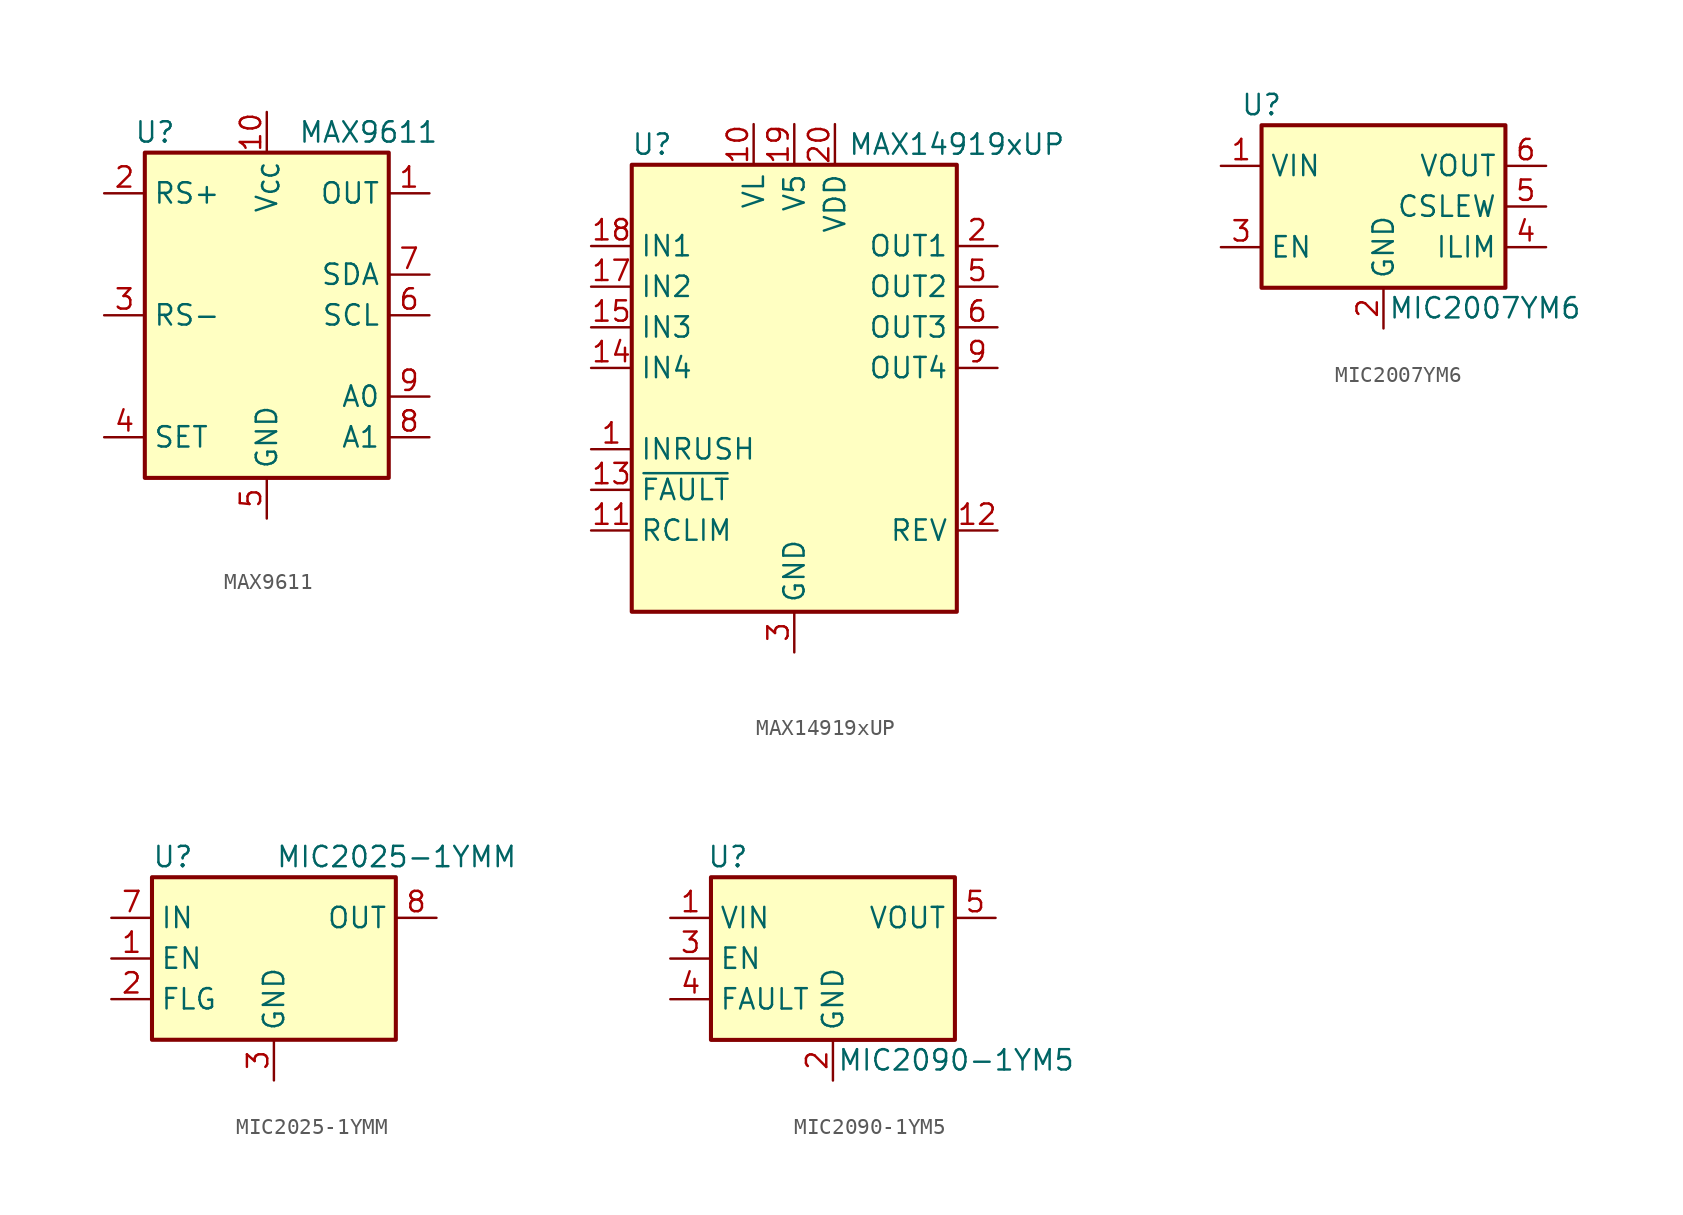
<source format=kicad_sym>
(kicad_symbol_lib
  (version 20241209)
  (generator "kicad_symbol_editor")
  (generator_version "9.0")
  (symbol "MAX9611"
    (property "Reference" "U"
      (at -6.985 11.43 0)
      (effects (font (size 1.27 1.27))))
    (property "Value" "MAX9611"
      (at 6.35 11.43 0)
      (effects (font (size 1.27 1.27))))
    (symbol "MAX9611_1_1"
      (rectangle (start -7.62 10.16) (end 7.62 -10.16) (stroke (width 0.254) (type default)) (fill (type background)))
      (pin input line (at -10.16 7.62 0) (length 2.54) (name "RS+" (effects (font (size 1.27 1.27)))) (number "2" (effects (font (size 1.27 1.27)))))
      (pin input line (at -10.16 0 0) (length 2.54) (name "RS-" (effects (font (size 1.27 1.27)))) (number "3" (effects (font (size 1.27 1.27)))))
      (pin input line (at -10.16 -7.62 0) (length 2.54) (name "SET" (effects (font (size 1.27 1.27)))) (number "4" (effects (font (size 1.27 1.27)))))
      (pin power_in line (at 0 12.7 270) (length 2.54) (name "V_{CC}" (effects (font (size 1.27 1.27)))) (number "10" (effects (font (size 1.27 1.27)))))
      (pin power_in line (at 0 -12.7 90) (length 2.54) (name "GND" (effects (font (size 1.27 1.27)))) (number "5" (effects (font (size 1.27 1.27)))))
      (pin output line (at 10.16 7.62 180) (length 2.54) (name "OUT" (effects (font (size 1.27 1.27)))) (number "1" (effects (font (size 1.27 1.27)))))
      (pin bidirectional line (at 10.16 2.54 180) (length 2.54) (name "SDA" (effects (font (size 1.27 1.27)))) (number "7" (effects (font (size 1.27 1.27)))))
      (pin input line (at 10.16 0 180) (length 2.54) (name "SCL" (effects (font (size 1.27 1.27)))) (number "6" (effects (font (size 1.27 1.27)))))
      (pin input line (at 10.16 -5.08 180) (length 2.54) (name "A0" (effects (font (size 1.27 1.27)))) (number "9" (effects (font (size 1.27 1.27)))))
      (pin input line (at 10.16 -7.62 180) (length 2.54) (name "A1" (effects (font (size 1.27 1.27)))) (number "8" (effects (font (size 1.27 1.27)))))))
  (symbol "MAX14919xUP"
    (property "Reference" "U"
      (at -8.89 13.97 0)
      (effects (font (size 1.27 1.27))))
    (property "Value" "MAX14919xUP"
      (at 10.16 13.97 0)
      (effects (font (size 1.27 1.27))))
    (symbol "MAX14919xUP_0_1"
      (rectangle (start -10.16 12.7) (end 10.16 -15.24) (stroke (width 0.254) (type default)) (fill (type background))))
    (symbol "MAX14919xUP_1_1"
      (pin input line (at -12.7 7.62 0) (length 2.54) (name "IN1" (effects (font (size 1.27 1.27)))) (number "18" (effects (font (size 1.27 1.27)))))
      (pin input line (at -12.7 5.08 0) (length 2.54) (name "IN2" (effects (font (size 1.27 1.27)))) (number "17" (effects (font (size 1.27 1.27)))))
      (pin input line (at -12.7 2.54 0) (length 2.54) (name "IN3" (effects (font (size 1.27 1.27)))) (number "15" (effects (font (size 1.27 1.27)))))
      (pin input line (at -12.7 0 0) (length 2.54) (name "IN4" (effects (font (size 1.27 1.27)))) (number "14" (effects (font (size 1.27 1.27)))))
      (pin input line (at -12.7 -5.08 0) (length 2.54) (name "INRUSH" (effects (font (size 1.27 1.27)))) (number "1" (effects (font (size 1.27 1.27)))))
      (pin open_collector line (at -12.7 -7.62 0) (length 2.54) (name "~{FAULT}" (effects (font (size 1.27 1.27)))) (number "13" (effects (font (size 1.27 1.27)))))
      (pin passive line (at -12.7 -10.16 0) (length 2.54) (name "RCLIM" (effects (font (size 1.27 1.27)))) (number "11" (effects (font (size 1.27 1.27)))))
      (pin power_in line (at -2.54 15.24 270) (length 2.54) (name "VL" (effects (font (size 1.27 1.27)))) (number "10" (effects (font (size 1.27 1.27)))))
      (pin power_out line (at 0 15.24 270) (length 2.54) (name "V5" (effects (font (size 1.27 1.27)))) (number "19" (effects (font (size 1.27 1.27)))))
      (pin passive line (at 0 -17.78 90) (length 2.54) (hide yes) (name "GND" (effects (font (size 1.27 1.27)))) (number "16" (effects (font (size 1.27 1.27)))))
      (pin passive line (at 0 -17.78 90) (length 2.54) (hide yes) (name "GND" (effects (font (size 1.27 1.27)))) (number "21" (effects (font (size 1.27 1.27)))))
      (pin power_in line (at 0 -17.78 90) (length 2.54) (name "GND" (effects (font (size 1.27 1.27)))) (number "3" (effects (font (size 1.27 1.27)))))
      (pin passive line (at 0 -17.78 90) (length 2.54) (hide yes) (name "GND" (effects (font (size 1.27 1.27)))) (number "4" (effects (font (size 1.27 1.27)))))
      (pin passive line (at 0 -17.78 90) (length 2.54) (hide yes) (name "GND" (effects (font (size 1.27 1.27)))) (number "7" (effects (font (size 1.27 1.27)))))
      (pin passive line (at 0 -17.78 90) (length 2.54) (hide yes) (name "GND" (effects (font (size 1.27 1.27)))) (number "8" (effects (font (size 1.27 1.27)))))
      (pin power_in line (at 2.54 15.24 270) (length 2.54) (name "VDD" (effects (font (size 1.27 1.27)))) (number "20" (effects (font (size 1.27 1.27)))))
      (pin open_collector line (at 12.7 7.62 180) (length 2.54) (name "OUT1" (effects (font (size 1.27 1.27)))) (number "2" (effects (font (size 1.27 1.27)))))
      (pin open_collector line (at 12.7 5.08 180) (length 2.54) (name "OUT2" (effects (font (size 1.27 1.27)))) (number "5" (effects (font (size 1.27 1.27)))))
      (pin open_collector line (at 12.7 2.54 180) (length 2.54) (name "OUT3" (effects (font (size 1.27 1.27)))) (number "6" (effects (font (size 1.27 1.27)))))
      (pin open_collector line (at 12.7 0 180) (length 2.54) (name "OUT4" (effects (font (size 1.27 1.27)))) (number "9" (effects (font (size 1.27 1.27)))))
      (pin open_collector line (at 12.7 -10.16 180) (length 2.54) (name "REV" (effects (font (size 1.27 1.27)))) (number "12" (effects (font (size 1.27 1.27)))))))
  (symbol "MIC2007YM6"
    (property "Reference" "U"
      (at -7.62 6.35 0)
      (effects (font (size 1.27 1.27))))
    (property "Value" "MIC2007YM6"
      (at 6.35 -6.35 0)
      (effects (font (size 1.27 1.27))))
    (symbol "MIC2007YM6_0_1"
      (rectangle (start -7.62 5.08) (end 7.62 -5.08) (stroke (width 0.254) (type default)) (fill (type background))))
    (symbol "MIC2007YM6_1_1"
      (pin power_in line (at -10.16 2.54 0) (length 2.54) (name "VIN" (effects (font (size 1.27 1.27)))) (number "1" (effects (font (size 1.27 1.27)))))
      (pin input line (at -10.16 -2.54 0) (length 2.54) (name "EN" (effects (font (size 1.27 1.27)))) (number "3" (effects (font (size 1.27 1.27)))))
      (pin power_in line (at 0 -7.62 90) (length 2.54) (name "GND" (effects (font (size 1.27 1.27)))) (number "2" (effects (font (size 1.27 1.27)))))
      (pin power_out line (at 10.16 2.54 180) (length 2.54) (name "VOUT" (effects (font (size 1.27 1.27)))) (number "6" (effects (font (size 1.27 1.27)))))
      (pin passive line (at 10.16 0 180) (length 2.54) (name "CSLEW" (effects (font (size 1.27 1.27)))) (number "5" (effects (font (size 1.27 1.27)))))
      (pin passive line (at 10.16 -2.54 180) (length 2.54) (name "ILIM" (effects (font (size 1.27 1.27)))) (number "4" (effects (font (size 1.27 1.27)))))))
  (symbol "MIC2025-1YMM"
    (property "Reference" "U"
      (at -7.62 6.35 0)
      (effects (font (size 1.27 1.27)) (justify left)))
    (property "Value" "MIC2025-1YMM"
      (at 15.24 6.35 0)
      (effects (font (size 1.27 1.27)) (justify right)))
    (symbol "MIC2025-1YMM_0_1"
      (rectangle (start -7.62 5.08) (end 7.62 -5.08) (stroke (width 0.254) (type default)) (fill (type background))))
    (symbol "MIC2025-1YMM_1_1"
      (pin power_in line (at -10.16 2.54 0) (length 2.54) (name "IN" (effects (font (size 1.27 1.27)))) (number "7" (effects (font (size 1.27 1.27)))))
      (pin input line (at -10.16 0 0) (length 2.54) (name "EN" (effects (font (size 1.27 1.27)))) (number "1" (effects (font (size 1.27 1.27)))))
      (pin open_collector line (at -10.16 -2.54 0) (length 2.54) (name "FLG" (effects (font (size 1.27 1.27)))) (number "2" (effects (font (size 1.27 1.27)))))
      (pin power_in line (at 0 -7.62 90) (length 2.54) (name "GND" (effects (font (size 1.27 1.27)))) (number "3" (effects (font (size 1.27 1.27)))))
      (pin no_connect line (at 7.62 0 180) (length 2.54) (hide yes) (name "NC" (effects (font (size 1.27 1.27)))) (number "4" (effects (font (size 1.27 1.27)))))
      (pin no_connect line (at 7.62 -2.54 180) (length 2.54) (hide yes) (name "NC" (effects (font (size 1.27 1.27)))) (number "5" (effects (font (size 1.27 1.27)))))
      (pin passive line (at 10.16 2.54 180) (length 2.54) (hide yes) (name "OUT" (effects (font (size 1.27 1.27)))) (number "6" (effects (font (size 1.27 1.27)))))
      (pin power_out line (at 10.16 2.54 180) (length 2.54) (name "OUT" (effects (font (size 1.27 1.27)))) (number "8" (effects (font (size 1.27 1.27)))))))
  (symbol "MIC2090-1YM5"
    (property "Reference" "U"
      (at -7.874 6.35 0)
      (effects (font (size 1.27 1.27)) (justify left)))
    (property "Value" "MIC2090-1YM5"
      (at 0.254 -6.35 0)
      (effects (font (size 1.27 1.27)) (justify left)))
    (symbol "MIC2090-1YM5_0_1"
      (rectangle (start -7.62 5.08) (end 7.62 -5.08) (stroke (width 0.254) (type default)) (fill (type background))))
    (symbol "MIC2090-1YM5_1_1"
      (pin power_in line (at -10.16 2.54 0) (length 2.54) (name "VIN" (effects (font (size 1.27 1.27)))) (number "1" (effects (font (size 1.27 1.27)))))
      (pin input line (at -10.16 0 0) (length 2.54) (name "EN" (effects (font (size 1.27 1.27)))) (number "3" (effects (font (size 1.27 1.27)))))
      (pin open_collector line (at -10.16 -2.54 0) (length 2.54) (name "FAULT" (effects (font (size 1.27 1.27)))) (number "4" (effects (font (size 1.27 1.27)))))
      (pin power_in line (at 0 -7.62 90) (length 2.54) (name "GND" (effects (font (size 1.27 1.27)))) (number "2" (effects (font (size 1.27 1.27)))))
      (pin power_out line (at 10.16 2.54 180) (length 2.54) (name "VOUT" (effects (font (size 1.27 1.27)))) (number "5" (effects (font (size 1.27 1.27))))))))
</source>
